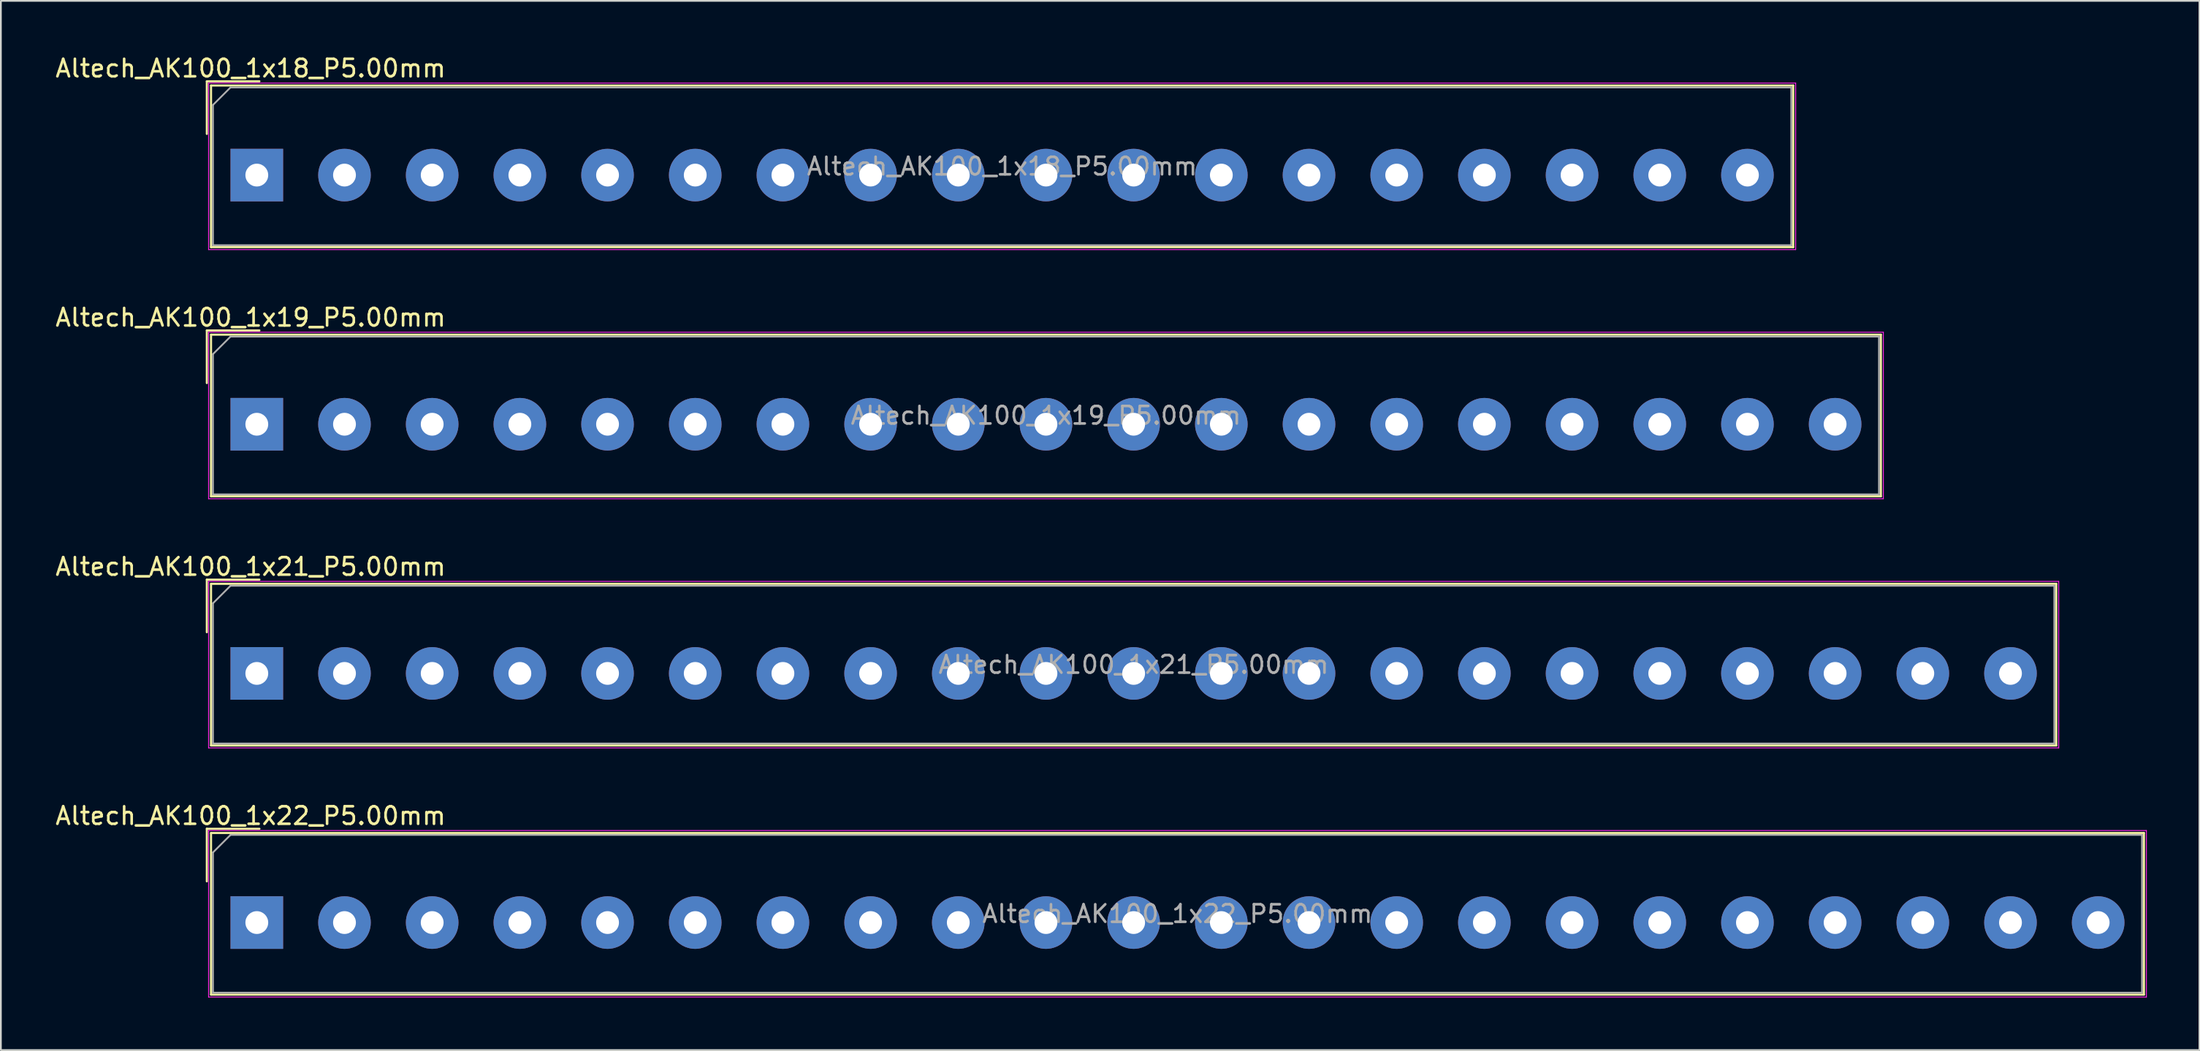
<source format=kicad_pcb>
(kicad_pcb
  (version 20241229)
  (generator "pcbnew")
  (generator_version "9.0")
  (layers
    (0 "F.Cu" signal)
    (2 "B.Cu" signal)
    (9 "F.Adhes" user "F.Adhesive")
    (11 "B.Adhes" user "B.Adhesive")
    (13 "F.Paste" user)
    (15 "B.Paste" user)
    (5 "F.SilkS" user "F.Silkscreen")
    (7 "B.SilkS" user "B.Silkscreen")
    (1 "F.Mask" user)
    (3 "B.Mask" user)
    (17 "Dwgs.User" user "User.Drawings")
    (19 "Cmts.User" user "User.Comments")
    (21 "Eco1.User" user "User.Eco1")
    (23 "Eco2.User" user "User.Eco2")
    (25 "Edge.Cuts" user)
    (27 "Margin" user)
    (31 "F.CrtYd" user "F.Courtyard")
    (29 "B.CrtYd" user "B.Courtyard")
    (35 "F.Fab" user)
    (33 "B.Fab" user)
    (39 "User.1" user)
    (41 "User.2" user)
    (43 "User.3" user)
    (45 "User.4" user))
  (footprint "Altech_AK100_1x22_P5.00mm"
    (layer "F.Cu")
    (at 11.594 49.578)
    (property "Reference" "Altech_AK100_1x22_P5.00mm" (at -0.35 -6.09 0) (layer "F.SilkS") (effects (font (size 1 1) (thickness 0.15))))
    (attr through_hole)
    (fp_line (start -2.85 -5.35) (end 0.15 -5.35) (stroke (width 0.12) (type solid)) (layer "F.SilkS"))
    (fp_line (start -2.85 -2.35) (end -2.85 -5.35) (stroke (width 0.12) (type solid)) (layer "F.SilkS"))
    (fp_line (start -2.61 -5.11) (end -2.61 4.11) (stroke (width 0.12) (type solid)) (layer "F.SilkS"))
    (fp_line (start -2.61 -5.11) (end 107.61 -5.11) (stroke (width 0.12) (type solid)) (layer "F.SilkS"))
    (fp_line (start -2.61 4.11) (end 107.61 4.11) (stroke (width 0.12) (type solid)) (layer "F.SilkS"))
    (fp_line (start 107.61 -5.11) (end 107.61 4.11) (stroke (width 0.12) (type solid)) (layer "F.SilkS"))
    (fp_line (start -2.75 -5.25) (end -2.75 4.25) (stroke (width 0.05) (type solid)) (layer "F.CrtYd"))
    (fp_line (start -2.75 -5.25) (end 107.75 -5.25) (stroke (width 0.05) (type solid)) (layer "F.CrtYd"))
    (fp_line (start -2.75 4.25) (end 107.75 4.25) (stroke (width 0.05) (type solid)) (layer "F.CrtYd"))
    (fp_line (start 107.75 -5.25) (end 107.75 4.25) (stroke (width 0.05) (type solid)) (layer "F.CrtYd"))
    (fp_line (start -2.5 -4) (end -1.5 -5) (stroke (width 0.1) (type solid)) (layer "F.Fab"))
    (fp_line (start -2.5 4) (end -2.5 -4) (stroke (width 0.1) (type solid)) (layer "F.Fab"))
    (fp_line (start -1.5 -5) (end 107.5 -5) (stroke (width 0.1) (type solid)) (layer "F.Fab"))
    (fp_line (start 107.5 -5) (end 107.5 4) (stroke (width 0.1) (type solid)) (layer "F.Fab"))
    (fp_line (start 107.5 4) (end -2.5 4) (stroke (width 0.1) (type solid)) (layer "F.Fab"))
    (fp_text user "${REFERENCE}" (at 52.5 -0.5 0) (layer "F.Fab") (effects (font (size 1 1) (thickness 0.15))))
    (pad "1" thru_hole rect (at 0 0) (size 3 3) (drill 1.3) (layers "*.Cu" "*.Mask"))
    (pad "2" thru_hole circle (at 5 0) (size 3 3) (drill 1.3) (layers "*.Cu" "*.Mask"))
    (pad "3" thru_hole circle (at 10 0) (size 3 3) (drill 1.3) (layers "*.Cu" "*.Mask"))
    (pad "4" thru_hole circle (at 15 0) (size 3 3) (drill 1.3) (layers "*.Cu" "*.Mask"))
    (pad "5" thru_hole circle (at 20 0) (size 3 3) (drill 1.3) (layers "*.Cu" "*.Mask"))
    (pad "6" thru_hole circle (at 25 0) (size 3 3) (drill 1.3) (layers "*.Cu" "*.Mask"))
    (pad "7" thru_hole circle (at 30 0) (size 3 3) (drill 1.3) (layers "*.Cu" "*.Mask"))
    (pad "8" thru_hole circle (at 35 0) (size 3 3) (drill 1.3) (layers "*.Cu" "*.Mask"))
    (pad "9" thru_hole circle (at 40 0) (size 3 3) (drill 1.3) (layers "*.Cu" "*.Mask"))
    (pad "10" thru_hole circle (at 45 0) (size 3 3) (drill 1.3) (layers "*.Cu" "*.Mask"))
    (pad "11" thru_hole circle (at 50 0) (size 3 3) (drill 1.3) (layers "*.Cu" "*.Mask"))
    (pad "12" thru_hole circle (at 55 0) (size 3 3) (drill 1.3) (layers "*.Cu" "*.Mask"))
    (pad "13" thru_hole circle (at 60 0) (size 3 3) (drill 1.3) (layers "*.Cu" "*.Mask"))
    (pad "14" thru_hole circle (at 65 0) (size 3 3) (drill 1.3) (layers "*.Cu" "*.Mask"))
    (pad "15" thru_hole circle (at 70 0) (size 3 3) (drill 1.3) (layers "*.Cu" "*.Mask"))
    (pad "16" thru_hole circle (at 75 0) (size 3 3) (drill 1.3) (layers "*.Cu" "*.Mask"))
    (pad "17" thru_hole circle (at 80 0) (size 3 3) (drill 1.3) (layers "*.Cu" "*.Mask"))
    (pad "18" thru_hole circle (at 85 0) (size 3 3) (drill 1.3) (layers "*.Cu" "*.Mask"))
    (pad "19" thru_hole circle (at 90 0) (size 3 3) (drill 1.3) (layers "*.Cu" "*.Mask"))
    (pad "20" thru_hole circle (at 95 0) (size 3 3) (drill 1.3) (layers "*.Cu" "*.Mask"))
    (pad "21" thru_hole circle (at 100 0) (size 3 3) (drill 1.3) (layers "*.Cu" "*.Mask"))
    (pad "22" thru_hole circle (at 105 0) (size 3 3) (drill 1.3) (layers "*.Cu" "*.Mask")))
  (footprint "Altech_AK100_1x18_P5.00mm"
    (layer "F.Cu")
    (at 11.594 6.938)
    (property "Reference" "Altech_AK100_1x18_P5.00mm" (at -0.35 -6.09 0) (layer "F.SilkS") (effects (font (size 1 1) (thickness 0.15))))
    (attr through_hole)
    (fp_line (start -2.85 -5.35) (end 0.15 -5.35) (stroke (width 0.12) (type solid)) (layer "F.SilkS"))
    (fp_line (start -2.85 -2.35) (end -2.85 -5.35) (stroke (width 0.12) (type solid)) (layer "F.SilkS"))
    (fp_line (start -2.61 -5.11) (end -2.61 4.11) (stroke (width 0.12) (type solid)) (layer "F.SilkS"))
    (fp_line (start -2.61 -5.11) (end 87.61 -5.11) (stroke (width 0.12) (type solid)) (layer "F.SilkS"))
    (fp_line (start -2.61 4.11) (end 87.61 4.11) (stroke (width 0.12) (type solid)) (layer "F.SilkS"))
    (fp_line (start 87.61 -5.11) (end 87.61 4.11) (stroke (width 0.12) (type solid)) (layer "F.SilkS"))
    (fp_line (start -2.75 -5.25) (end -2.75 4.25) (stroke (width 0.05) (type solid)) (layer "F.CrtYd"))
    (fp_line (start -2.75 -5.25) (end 87.75 -5.25) (stroke (width 0.05) (type solid)) (layer "F.CrtYd"))
    (fp_line (start -2.75 4.25) (end 87.75 4.25) (stroke (width 0.05) (type solid)) (layer "F.CrtYd"))
    (fp_line (start 87.75 -5.25) (end 87.75 4.25) (stroke (width 0.05) (type solid)) (layer "F.CrtYd"))
    (fp_line (start -2.5 -4) (end -1.5 -5) (stroke (width 0.1) (type solid)) (layer "F.Fab"))
    (fp_line (start -2.5 4) (end -2.5 -4) (stroke (width 0.1) (type solid)) (layer "F.Fab"))
    (fp_line (start -1.5 -5) (end 87.5 -5) (stroke (width 0.1) (type solid)) (layer "F.Fab"))
    (fp_line (start 87.5 -5) (end 87.5 4) (stroke (width 0.1) (type solid)) (layer "F.Fab"))
    (fp_line (start 87.5 4) (end -2.5 4) (stroke (width 0.1) (type solid)) (layer "F.Fab"))
    (fp_text user "${REFERENCE}" (at 42.5 -0.5 0) (layer "F.Fab") (effects (font (size 1 1) (thickness 0.15))))
    (pad "1" thru_hole rect (at 0 0) (size 3 3) (drill 1.3) (layers "*.Cu" "*.Mask"))
    (pad "2" thru_hole circle (at 5 0) (size 3 3) (drill 1.3) (layers "*.Cu" "*.Mask"))
    (pad "3" thru_hole circle (at 10 0) (size 3 3) (drill 1.3) (layers "*.Cu" "*.Mask"))
    (pad "4" thru_hole circle (at 15 0) (size 3 3) (drill 1.3) (layers "*.Cu" "*.Mask"))
    (pad "5" thru_hole circle (at 20 0) (size 3 3) (drill 1.3) (layers "*.Cu" "*.Mask"))
    (pad "6" thru_hole circle (at 25 0) (size 3 3) (drill 1.3) (layers "*.Cu" "*.Mask"))
    (pad "7" thru_hole circle (at 30 0) (size 3 3) (drill 1.3) (layers "*.Cu" "*.Mask"))
    (pad "8" thru_hole circle (at 35 0) (size 3 3) (drill 1.3) (layers "*.Cu" "*.Mask"))
    (pad "9" thru_hole circle (at 40 0) (size 3 3) (drill 1.3) (layers "*.Cu" "*.Mask"))
    (pad "10" thru_hole circle (at 45 0) (size 3 3) (drill 1.3) (layers "*.Cu" "*.Mask"))
    (pad "11" thru_hole circle (at 50 0) (size 3 3) (drill 1.3) (layers "*.Cu" "*.Mask"))
    (pad "12" thru_hole circle (at 55 0) (size 3 3) (drill 1.3) (layers "*.Cu" "*.Mask"))
    (pad "13" thru_hole circle (at 60 0) (size 3 3) (drill 1.3) (layers "*.Cu" "*.Mask"))
    (pad "14" thru_hole circle (at 65 0) (size 3 3) (drill 1.3) (layers "*.Cu" "*.Mask"))
    (pad "15" thru_hole circle (at 70 0) (size 3 3) (drill 1.3) (layers "*.Cu" "*.Mask"))
    (pad "16" thru_hole circle (at 75 0) (size 3 3) (drill 1.3) (layers "*.Cu" "*.Mask"))
    (pad "17" thru_hole circle (at 80 0) (size 3 3) (drill 1.3) (layers "*.Cu" "*.Mask"))
    (pad "18" thru_hole circle (at 85 0) (size 3 3) (drill 1.3) (layers "*.Cu" "*.Mask")))
  (footprint "Altech_AK100_1x19_P5.00mm"
    (layer "F.Cu")
    (at 11.594 21.151)
    (property "Reference" "Altech_AK100_1x19_P5.00mm" (at -0.35 -6.09 0) (layer "F.SilkS") (effects (font (size 1 1) (thickness 0.15))))
    (attr through_hole)
    (fp_line (start -2.85 -5.35) (end 0.15 -5.35) (stroke (width 0.12) (type solid)) (layer "F.SilkS"))
    (fp_line (start -2.85 -2.35) (end -2.85 -5.35) (stroke (width 0.12) (type solid)) (layer "F.SilkS"))
    (fp_line (start -2.61 -5.11) (end -2.61 4.11) (stroke (width 0.12) (type solid)) (layer "F.SilkS"))
    (fp_line (start -2.61 -5.11) (end 92.61 -5.11) (stroke (width 0.12) (type solid)) (layer "F.SilkS"))
    (fp_line (start -2.61 4.11) (end 92.61 4.11) (stroke (width 0.12) (type solid)) (layer "F.SilkS"))
    (fp_line (start 92.61 -5.11) (end 92.61 4.11) (stroke (width 0.12) (type solid)) (layer "F.SilkS"))
    (fp_line (start -2.75 -5.25) (end -2.75 4.25) (stroke (width 0.05) (type solid)) (layer "F.CrtYd"))
    (fp_line (start -2.75 -5.25) (end 92.75 -5.25) (stroke (width 0.05) (type solid)) (layer "F.CrtYd"))
    (fp_line (start -2.75 4.25) (end 92.75 4.25) (stroke (width 0.05) (type solid)) (layer "F.CrtYd"))
    (fp_line (start 92.75 -5.25) (end 92.75 4.25) (stroke (width 0.05) (type solid)) (layer "F.CrtYd"))
    (fp_line (start -2.5 -4) (end -1.5 -5) (stroke (width 0.1) (type solid)) (layer "F.Fab"))
    (fp_line (start -2.5 4) (end -2.5 -4) (stroke (width 0.1) (type solid)) (layer "F.Fab"))
    (fp_line (start -1.5 -5) (end 92.5 -5) (stroke (width 0.1) (type solid)) (layer "F.Fab"))
    (fp_line (start 92.5 -5) (end 92.5 4) (stroke (width 0.1) (type solid)) (layer "F.Fab"))
    (fp_line (start 92.5 4) (end -2.5 4) (stroke (width 0.1) (type solid)) (layer "F.Fab"))
    (fp_text user "${REFERENCE}" (at 45 -0.5 0) (layer "F.Fab") (effects (font (size 1 1) (thickness 0.15))))
    (pad "1" thru_hole rect (at 0 0) (size 3 3) (drill 1.3) (layers "*.Cu" "*.Mask"))
    (pad "2" thru_hole circle (at 5 0) (size 3 3) (drill 1.3) (layers "*.Cu" "*.Mask"))
    (pad "3" thru_hole circle (at 10 0) (size 3 3) (drill 1.3) (layers "*.Cu" "*.Mask"))
    (pad "4" thru_hole circle (at 15 0) (size 3 3) (drill 1.3) (layers "*.Cu" "*.Mask"))
    (pad "5" thru_hole circle (at 20 0) (size 3 3) (drill 1.3) (layers "*.Cu" "*.Mask"))
    (pad "6" thru_hole circle (at 25 0) (size 3 3) (drill 1.3) (layers "*.Cu" "*.Mask"))
    (pad "7" thru_hole circle (at 30 0) (size 3 3) (drill 1.3) (layers "*.Cu" "*.Mask"))
    (pad "8" thru_hole circle (at 35 0) (size 3 3) (drill 1.3) (layers "*.Cu" "*.Mask"))
    (pad "9" thru_hole circle (at 40 0) (size 3 3) (drill 1.3) (layers "*.Cu" "*.Mask"))
    (pad "10" thru_hole circle (at 45 0) (size 3 3) (drill 1.3) (layers "*.Cu" "*.Mask"))
    (pad "11" thru_hole circle (at 50 0) (size 3 3) (drill 1.3) (layers "*.Cu" "*.Mask"))
    (pad "12" thru_hole circle (at 55 0) (size 3 3) (drill 1.3) (layers "*.Cu" "*.Mask"))
    (pad "13" thru_hole circle (at 60 0) (size 3 3) (drill 1.3) (layers "*.Cu" "*.Mask"))
    (pad "14" thru_hole circle (at 65 0) (size 3 3) (drill 1.3) (layers "*.Cu" "*.Mask"))
    (pad "15" thru_hole circle (at 70 0) (size 3 3) (drill 1.3) (layers "*.Cu" "*.Mask"))
    (pad "16" thru_hole circle (at 75 0) (size 3 3) (drill 1.3) (layers "*.Cu" "*.Mask"))
    (pad "17" thru_hole circle (at 80 0) (size 3 3) (drill 1.3) (layers "*.Cu" "*.Mask"))
    (pad "18" thru_hole circle (at 85 0) (size 3 3) (drill 1.3) (layers "*.Cu" "*.Mask"))
    (pad "19" thru_hole circle (at 90 0) (size 3 3) (drill 1.3) (layers "*.Cu" "*.Mask")))
  (footprint "Altech_AK100_1x21_P5.00mm"
    (layer "F.Cu")
    (at 11.594 35.365)
    (property "Reference" "Altech_AK100_1x21_P5.00mm" (at -0.35 -6.09 0) (layer "F.SilkS") (effects (font (size 1 1) (thickness 0.15))))
    (attr through_hole)
    (fp_line (start -2.85 -5.35) (end 0.15 -5.35) (stroke (width 0.12) (type solid)) (layer "F.SilkS"))
    (fp_line (start -2.85 -2.35) (end -2.85 -5.35) (stroke (width 0.12) (type solid)) (layer "F.SilkS"))
    (fp_line (start -2.61 -5.11) (end -2.61 4.11) (stroke (width 0.12) (type solid)) (layer "F.SilkS"))
    (fp_line (start -2.61 -5.11) (end 102.61 -5.11) (stroke (width 0.12) (type solid)) (layer "F.SilkS"))
    (fp_line (start -2.61 4.11) (end 102.61 4.11) (stroke (width 0.12) (type solid)) (layer "F.SilkS"))
    (fp_line (start 102.61 -5.11) (end 102.61 4.11) (stroke (width 0.12) (type solid)) (layer "F.SilkS"))
    (fp_line (start -2.75 -5.25) (end -2.75 4.25) (stroke (width 0.05) (type solid)) (layer "F.CrtYd"))
    (fp_line (start -2.75 -5.25) (end 102.75 -5.25) (stroke (width 0.05) (type solid)) (layer "F.CrtYd"))
    (fp_line (start -2.75 4.25) (end 102.75 4.25) (stroke (width 0.05) (type solid)) (layer "F.CrtYd"))
    (fp_line (start 102.75 -5.25) (end 102.75 4.25) (stroke (width 0.05) (type solid)) (layer "F.CrtYd"))
    (fp_line (start -2.5 -4) (end -1.5 -5) (stroke (width 0.1) (type solid)) (layer "F.Fab"))
    (fp_line (start -2.5 4) (end -2.5 -4) (stroke (width 0.1) (type solid)) (layer "F.Fab"))
    (fp_line (start -1.5 -5) (end 102.5 -5) (stroke (width 0.1) (type solid)) (layer "F.Fab"))
    (fp_line (start 102.5 -5) (end 102.5 4) (stroke (width 0.1) (type solid)) (layer "F.Fab"))
    (fp_line (start 102.5 4) (end -2.5 4) (stroke (width 0.1) (type solid)) (layer "F.Fab"))
    (fp_text user "${REFERENCE}" (at 50 -0.5 0) (layer "F.Fab") (effects (font (size 1 1) (thickness 0.15))))
    (pad "1" thru_hole rect (at 0 0) (size 3 3) (drill 1.3) (layers "*.Cu" "*.Mask"))
    (pad "2" thru_hole circle (at 5 0) (size 3 3) (drill 1.3) (layers "*.Cu" "*.Mask"))
    (pad "3" thru_hole circle (at 10 0) (size 3 3) (drill 1.3) (layers "*.Cu" "*.Mask"))
    (pad "4" thru_hole circle (at 15 0) (size 3 3) (drill 1.3) (layers "*.Cu" "*.Mask"))
    (pad "5" thru_hole circle (at 20 0) (size 3 3) (drill 1.3) (layers "*.Cu" "*.Mask"))
    (pad "6" thru_hole circle (at 25 0) (size 3 3) (drill 1.3) (layers "*.Cu" "*.Mask"))
    (pad "7" thru_hole circle (at 30 0) (size 3 3) (drill 1.3) (layers "*.Cu" "*.Mask"))
    (pad "8" thru_hole circle (at 35 0) (size 3 3) (drill 1.3) (layers "*.Cu" "*.Mask"))
    (pad "9" thru_hole circle (at 40 0) (size 3 3) (drill 1.3) (layers "*.Cu" "*.Mask"))
    (pad "10" thru_hole circle (at 45 0) (size 3 3) (drill 1.3) (layers "*.Cu" "*.Mask"))
    (pad "11" thru_hole circle (at 50 0) (size 3 3) (drill 1.3) (layers "*.Cu" "*.Mask"))
    (pad "12" thru_hole circle (at 55 0) (size 3 3) (drill 1.3) (layers "*.Cu" "*.Mask"))
    (pad "13" thru_hole circle (at 60 0) (size 3 3) (drill 1.3) (layers "*.Cu" "*.Mask"))
    (pad "14" thru_hole circle (at 65 0) (size 3 3) (drill 1.3) (layers "*.Cu" "*.Mask"))
    (pad "15" thru_hole circle (at 70 0) (size 3 3) (drill 1.3) (layers "*.Cu" "*.Mask"))
    (pad "16" thru_hole circle (at 75 0) (size 3 3) (drill 1.3) (layers "*.Cu" "*.Mask"))
    (pad "17" thru_hole circle (at 80 0) (size 3 3) (drill 1.3) (layers "*.Cu" "*.Mask"))
    (pad "18" thru_hole circle (at 85 0) (size 3 3) (drill 1.3) (layers "*.Cu" "*.Mask"))
    (pad "19" thru_hole circle (at 90 0) (size 3 3) (drill 1.3) (layers "*.Cu" "*.Mask"))
    (pad "20" thru_hole circle (at 95 0) (size 3 3) (drill 1.3) (layers "*.Cu" "*.Mask"))
    (pad "21" thru_hole circle (at 100 0) (size 3 3) (drill 1.3) (layers "*.Cu" "*.Mask")))
  (gr_rect
    (start -3 -3)
    (end 122.369 56.853)
    (stroke (width 0.1) (type default))
    (fill no)
    (layer "Edge.Cuts")))
</source>
